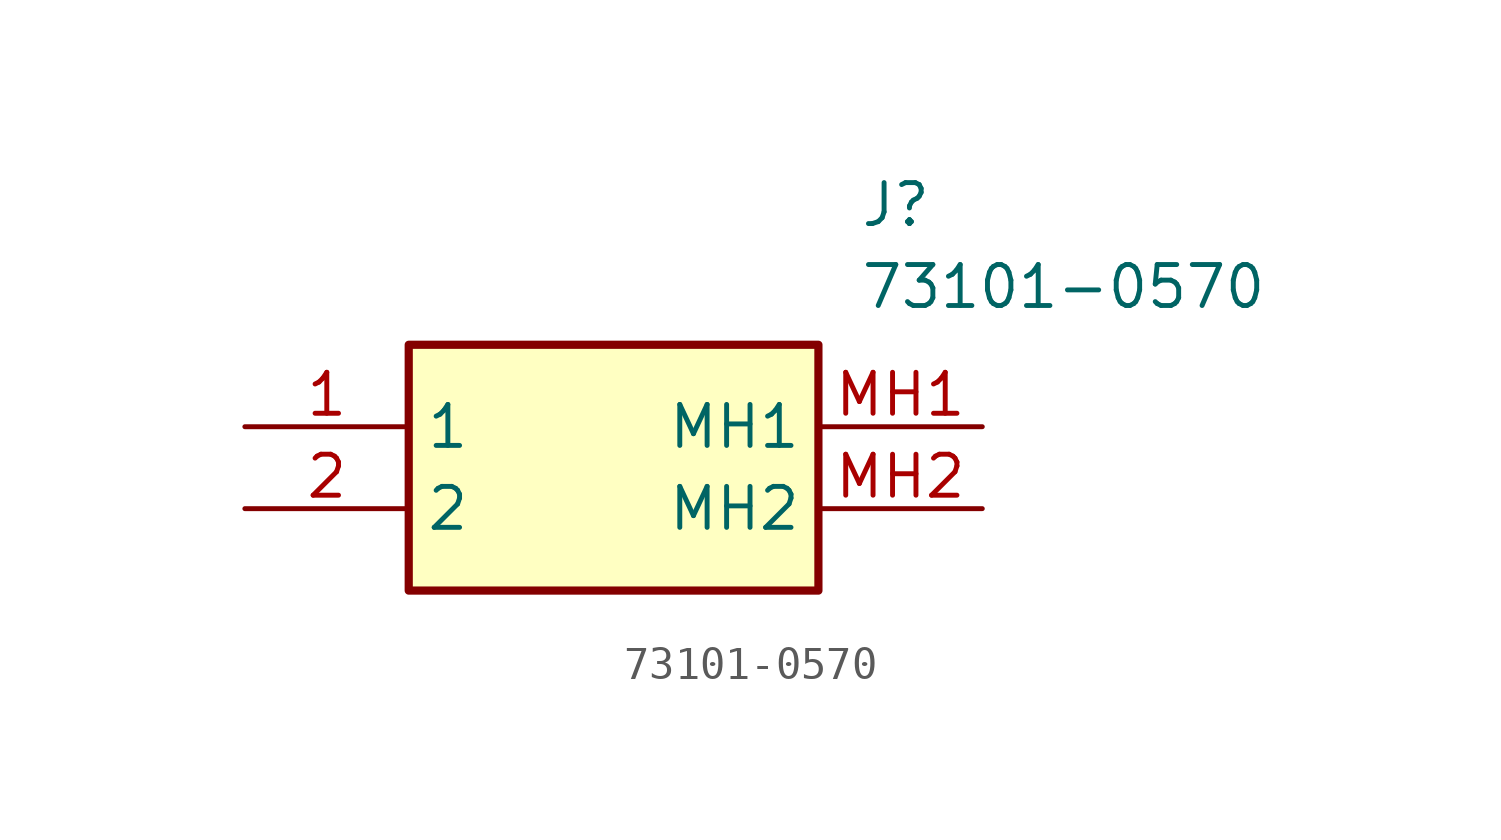
<source format=kicad_sym>
(kicad_symbol_lib
  (version 20211014)
  (generator SamacSys_ECAD_Model)
  (symbol "73101-0570"
    (property "Reference" "J"
      (at 19.05 7.62 0)
      (effects (font (size 1.27 1.27)) (justify left top)))
    (property "Value" "73101-0570"
      (at 19.05 5.08 0)
      (effects (font (size 1.27 1.27)) (justify left top)))
    (rectangle
      (start 5.08 2.54)
      (end 17.78 -5.08)
      (stroke (width 0.254) (type default))
      (fill (type background)))
    (pin passive line
      (at 0 0 0)
      (length 5.08)
      (name "1" (effects (font (size 1.27 1.27))))
      (number "1" (effects (font (size 1.27 1.27)))))
    (pin passive line
      (at 0 -2.54 0)
      (length 5.08)
      (name "2" (effects (font (size 1.27 1.27))))
      (number "2" (effects (font (size 1.27 1.27)))))
    (pin passive line
      (at 22.86 0 180)
      (length 5.08)
      (name "MH1" (effects (font (size 1.27 1.27))))
      (number "MH1" (effects (font (size 1.27 1.27)))))
    (pin passive line
      (at 22.86 -2.54 180)
      (length 5.08)
      (name "MH2" (effects (font (size 1.27 1.27))))
      (number "MH2" (effects (font (size 1.27 1.27)))))))
</source>
